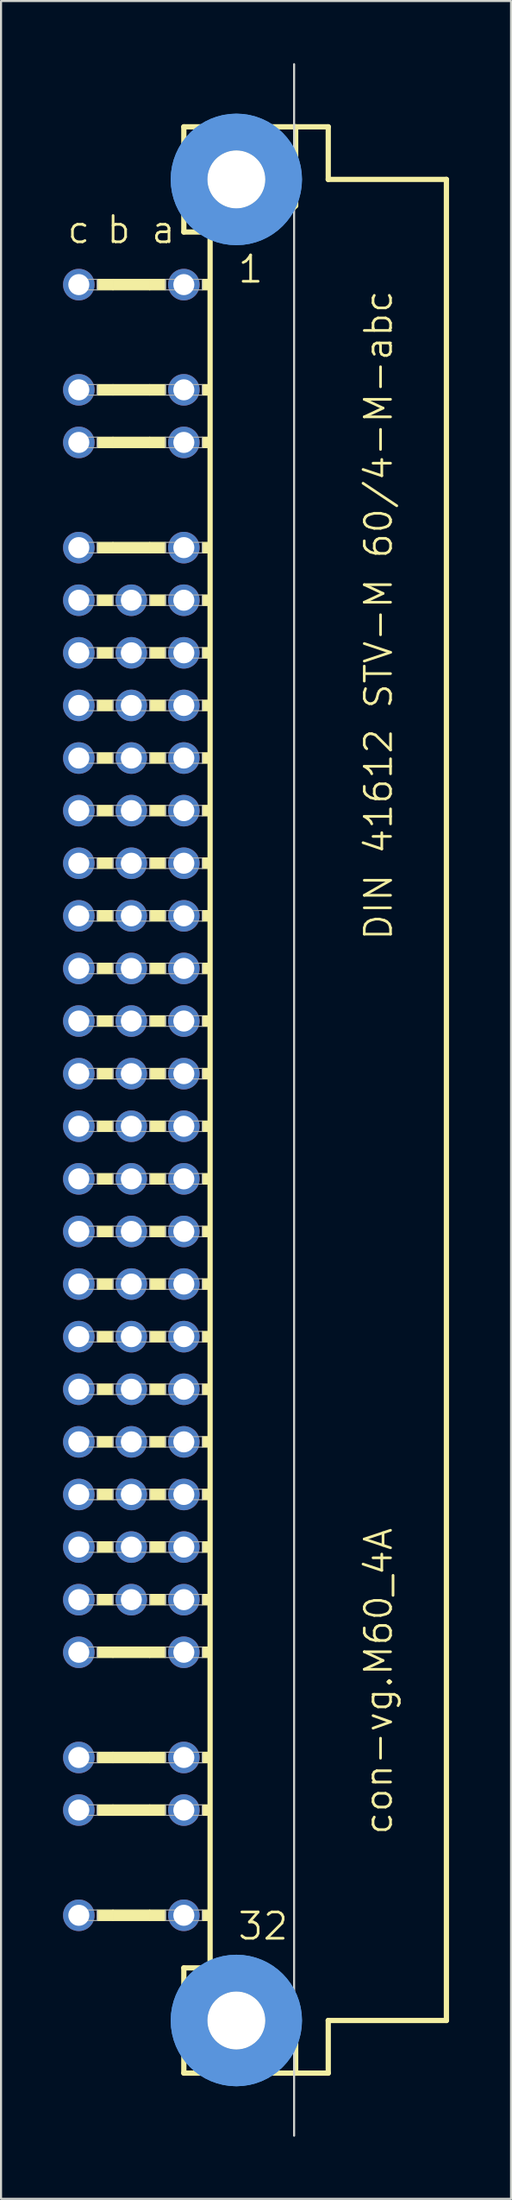
<source format=kicad_pcb>
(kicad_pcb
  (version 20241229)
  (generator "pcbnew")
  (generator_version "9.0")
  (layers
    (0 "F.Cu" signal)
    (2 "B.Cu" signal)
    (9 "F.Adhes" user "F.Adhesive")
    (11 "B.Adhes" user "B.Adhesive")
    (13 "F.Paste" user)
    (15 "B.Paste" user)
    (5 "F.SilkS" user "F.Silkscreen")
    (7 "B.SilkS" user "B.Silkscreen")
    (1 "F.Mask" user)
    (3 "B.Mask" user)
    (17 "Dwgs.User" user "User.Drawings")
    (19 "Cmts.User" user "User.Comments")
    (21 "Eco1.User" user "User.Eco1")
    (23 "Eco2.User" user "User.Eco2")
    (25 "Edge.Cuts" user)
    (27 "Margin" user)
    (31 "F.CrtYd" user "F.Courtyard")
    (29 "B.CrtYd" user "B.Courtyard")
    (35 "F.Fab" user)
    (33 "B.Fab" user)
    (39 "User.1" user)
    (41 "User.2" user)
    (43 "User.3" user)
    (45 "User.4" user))
  (footprint "con-vg.M60_4A"
    (layer "F.Cu")
    (at 8.382 50.063)
    (property "Reference" "con-vg.M60_4A" (at 7.62 35.56 90) (layer "F.SilkS") (effects (font (size 1.27 1.27) (thickness 0.13)) (justify left bottom)))
    (attr through_hole)
    (fp_line (start -2.54 -46.99) (end -2.54 -41.91) (stroke (width 0.254) (type default)) (layer "F.SilkS"))
    (fp_line (start -2.54 -41.91) (end -1.27 -41.91) (stroke (width 0.254) (type default)) (layer "F.SilkS"))
    (fp_line (start -2.54 41.91) (end -2.54 46.99) (stroke (width 0.254) (type default)) (layer "F.SilkS"))
    (fp_line (start -2.54 41.91) (end -1.27 41.91) (stroke (width 0.254) (type default)) (layer "F.SilkS"))
    (fp_line (start -2.54 46.99) (end 2.87 46.99) (stroke (width 0.254) (type default)) (layer "F.SilkS"))
    (fp_line (start -1.27 -41.91) (end -1.27 41.91) (stroke (width 0.254) (type default)) (layer "F.SilkS"))
    (fp_line (start -1.27 -41.91) (end 1.6 -41.91) (stroke (width 0.254) (type default)) (layer "F.SilkS"))
    (fp_line (start -1.27 41.91) (end 1.27 41.91) (stroke (width 0.254) (type default)) (layer "F.SilkS"))
    (fp_line (start 1.6 -41.91) (end 2.87 -43.18) (stroke (width 0.254) (type default)) (layer "F.SilkS"))
    (fp_line (start 2.87 -46.99) (end -2.54 -46.99) (stroke (width 0.254) (type default)) (layer "F.SilkS"))
    (fp_line (start 2.87 -43.18) (end 2.87 -46.99) (stroke (width 0.254) (type default)) (layer "F.SilkS"))
    (fp_line (start 2.87 43.51) (end 1.27 41.91) (stroke (width 0.254) (type default)) (layer "F.SilkS"))
    (fp_line (start 2.87 43.51) (end 2.87 46.99) (stroke (width 0.254) (type default)) (layer "F.SilkS"))
    (fp_line (start 2.87 46.99) (end 4.445 46.99) (stroke (width 0.254) (type default)) (layer "F.SilkS"))
    (fp_line (start 4.445 -46.99) (end 2.87 -46.99) (stroke (width 0.254) (type default)) (layer "F.SilkS"))
    (fp_line (start 4.445 -44.45) (end 4.445 -46.99) (stroke (width 0.254) (type default)) (layer "F.SilkS"))
    (fp_line (start 4.445 44.45) (end 10.16 44.45) (stroke (width 0.254) (type default)) (layer "F.SilkS"))
    (fp_line (start 4.445 46.99) (end 4.445 44.45) (stroke (width 0.254) (type default)) (layer "F.SilkS"))
    (fp_line (start 10.16 -44.45) (end 4.445 -44.45) (stroke (width 0.254) (type default)) (layer "F.SilkS"))
    (fp_line (start 10.16 44.45) (end 10.16 -44.45) (stroke (width 0.254) (type default)) (layer "F.SilkS"))
    (fp_rect (start -6.731 -39.116) (end -5.969 -39.624) (stroke (width 0.05) (type default)) (fill yes) (layer "F.SilkS"))
    (fp_rect (start -6.731 -34.036) (end -5.969 -34.544) (stroke (width 0.05) (type default)) (fill yes) (layer "F.SilkS"))
    (fp_rect (start -6.731 -31.496) (end -5.969 -32.004) (stroke (width 0.05) (type default)) (fill yes) (layer "F.SilkS"))
    (fp_rect (start -6.731 -26.416) (end -5.969 -26.924) (stroke (width 0.05) (type default)) (fill yes) (layer "F.SilkS"))
    (fp_rect (start -6.731 -23.876) (end -5.969 -24.384) (stroke (width 0.05) (type default)) (fill yes) (layer "F.SilkS"))
    (fp_rect (start -6.731 -21.336) (end -5.969 -21.844) (stroke (width 0.05) (type default)) (fill yes) (layer "F.SilkS"))
    (fp_rect (start -6.731 -18.796) (end -5.969 -19.304) (stroke (width 0.05) (type default)) (fill yes) (layer "F.SilkS"))
    (fp_rect (start -6.731 -16.256) (end -5.969 -16.764) (stroke (width 0.05) (type default)) (fill yes) (layer "F.SilkS"))
    (fp_rect (start -6.731 -13.716) (end -5.969 -14.224) (stroke (width 0.05) (type default)) (fill yes) (layer "F.SilkS"))
    (fp_rect (start -6.731 -11.176) (end -5.969 -11.684) (stroke (width 0.05) (type default)) (fill yes) (layer "F.SilkS"))
    (fp_rect (start -6.731 -8.636) (end -5.969 -9.144) (stroke (width 0.05) (type default)) (fill yes) (layer "F.SilkS"))
    (fp_rect (start -6.731 -6.096) (end -5.969 -6.604) (stroke (width 0.05) (type default)) (fill yes) (layer "F.SilkS"))
    (fp_rect (start -6.731 -3.556) (end -5.969 -4.064) (stroke (width 0.05) (type default)) (fill yes) (layer "F.SilkS"))
    (fp_rect (start -6.731 -1.016) (end -5.969 -1.524) (stroke (width 0.05) (type default)) (fill yes) (layer "F.SilkS"))
    (fp_rect (start -6.731 1.524) (end -5.969 1.016) (stroke (width 0.05) (type default)) (fill yes) (layer "F.SilkS"))
    (fp_rect (start -6.731 4.064) (end -5.969 3.556) (stroke (width 0.05) (type default)) (fill yes) (layer "F.SilkS"))
    (fp_rect (start -6.731 6.604) (end -5.969 6.096) (stroke (width 0.05) (type default)) (fill yes) (layer "F.SilkS"))
    (fp_rect (start -6.731 9.144) (end -5.969 8.636) (stroke (width 0.05) (type default)) (fill yes) (layer "F.SilkS"))
    (fp_rect (start -6.731 11.684) (end -5.969 11.176) (stroke (width 0.05) (type default)) (fill yes) (layer "F.SilkS"))
    (fp_rect (start -6.731 14.224) (end -5.969 13.716) (stroke (width 0.05) (type default)) (fill yes) (layer "F.SilkS"))
    (fp_rect (start -6.731 16.764) (end -5.969 16.256) (stroke (width 0.05) (type default)) (fill yes) (layer "F.SilkS"))
    (fp_rect (start -6.731 19.304) (end -5.969 18.796) (stroke (width 0.05) (type default)) (fill yes) (layer "F.SilkS"))
    (fp_rect (start -6.731 21.844) (end -5.969 21.336) (stroke (width 0.05) (type default)) (fill yes) (layer "F.SilkS"))
    (fp_rect (start -6.731 24.384) (end -5.969 23.876) (stroke (width 0.05) (type default)) (fill yes) (layer "F.SilkS"))
    (fp_rect (start -6.731 26.924) (end -5.969 26.416) (stroke (width 0.05) (type default)) (fill yes) (layer "F.SilkS"))
    (fp_rect (start -6.731 32.004) (end -5.969 31.496) (stroke (width 0.05) (type default)) (fill yes) (layer "F.SilkS"))
    (fp_rect (start -6.731 34.544) (end -5.969 34.036) (stroke (width 0.05) (type default)) (fill yes) (layer "F.SilkS"))
    (fp_rect (start -6.731 39.624) (end -5.969 39.116) (stroke (width 0.05) (type default)) (fill yes) (layer "F.SilkS"))
    (fp_rect (start -5.969 -39.116) (end -4.191 -39.624) (stroke (width 0.05) (type default)) (fill yes) (layer "F.SilkS"))
    (fp_rect (start -5.969 -34.036) (end -4.191 -34.544) (stroke (width 0.05) (type default)) (fill yes) (layer "F.SilkS"))
    (fp_rect (start -5.969 -31.496) (end -4.191 -32.004) (stroke (width 0.05) (type default)) (fill yes) (layer "F.SilkS"))
    (fp_rect (start -5.969 -26.416) (end -4.191 -26.924) (stroke (width 0.05) (type default)) (fill yes) (layer "F.SilkS"))
    (fp_rect (start -5.969 26.924) (end -4.191 26.416) (stroke (width 0.05) (type default)) (fill yes) (layer "F.SilkS"))
    (fp_rect (start -5.969 32.004) (end -4.191 31.496) (stroke (width 0.05) (type default)) (fill yes) (layer "F.SilkS"))
    (fp_rect (start -5.969 34.544) (end -4.191 34.036) (stroke (width 0.05) (type default)) (fill yes) (layer "F.SilkS"))
    (fp_rect (start -5.969 39.624) (end -4.191 39.116) (stroke (width 0.05) (type default)) (fill yes) (layer "F.SilkS"))
    (fp_rect (start -4.191 -39.116) (end -3.429 -39.624) (stroke (width 0.05) (type default)) (fill yes) (layer "F.SilkS"))
    (fp_rect (start -4.191 -34.036) (end -3.429 -34.544) (stroke (width 0.05) (type default)) (fill yes) (layer "F.SilkS"))
    (fp_rect (start -4.191 -31.496) (end -3.429 -32.004) (stroke (width 0.05) (type default)) (fill yes) (layer "F.SilkS"))
    (fp_rect (start -4.191 -26.416) (end -3.429 -26.924) (stroke (width 0.05) (type default)) (fill yes) (layer "F.SilkS"))
    (fp_rect (start -4.191 -23.876) (end -3.429 -24.384) (stroke (width 0.05) (type default)) (fill yes) (layer "F.SilkS"))
    (fp_rect (start -4.191 -21.336) (end -3.429 -21.844) (stroke (width 0.05) (type default)) (fill yes) (layer "F.SilkS"))
    (fp_rect (start -4.191 -18.796) (end -3.429 -19.304) (stroke (width 0.05) (type default)) (fill yes) (layer "F.SilkS"))
    (fp_rect (start -4.191 -16.256) (end -3.429 -16.764) (stroke (width 0.05) (type default)) (fill yes) (layer "F.SilkS"))
    (fp_rect (start -4.191 -13.716) (end -3.429 -14.224) (stroke (width 0.05) (type default)) (fill yes) (layer "F.SilkS"))
    (fp_rect (start -4.191 -11.176) (end -3.429 -11.684) (stroke (width 0.05) (type default)) (fill yes) (layer "F.SilkS"))
    (fp_rect (start -4.191 -8.636) (end -3.429 -9.144) (stroke (width 0.05) (type default)) (fill yes) (layer "F.SilkS"))
    (fp_rect (start -4.191 -6.096) (end -3.429 -6.604) (stroke (width 0.05) (type default)) (fill yes) (layer "F.SilkS"))
    (fp_rect (start -4.191 -3.556) (end -3.429 -4.064) (stroke (width 0.05) (type default)) (fill yes) (layer "F.SilkS"))
    (fp_rect (start -4.191 -1.016) (end -3.429 -1.524) (stroke (width 0.05) (type default)) (fill yes) (layer "F.SilkS"))
    (fp_rect (start -4.191 1.524) (end -3.429 1.016) (stroke (width 0.05) (type default)) (fill yes) (layer "F.SilkS"))
    (fp_rect (start -4.191 4.064) (end -3.429 3.556) (stroke (width 0.05) (type default)) (fill yes) (layer "F.SilkS"))
    (fp_rect (start -4.191 6.604) (end -3.429 6.096) (stroke (width 0.05) (type default)) (fill yes) (layer "F.SilkS"))
    (fp_rect (start -4.191 9.144) (end -3.429 8.636) (stroke (width 0.05) (type default)) (fill yes) (layer "F.SilkS"))
    (fp_rect (start -4.191 11.684) (end -3.429 11.176) (stroke (width 0.05) (type default)) (fill yes) (layer "F.SilkS"))
    (fp_rect (start -4.191 14.224) (end -3.429 13.716) (stroke (width 0.05) (type default)) (fill yes) (layer "F.SilkS"))
    (fp_rect (start -4.191 16.764) (end -3.429 16.256) (stroke (width 0.05) (type default)) (fill yes) (layer "F.SilkS"))
    (fp_rect (start -4.191 19.304) (end -3.429 18.796) (stroke (width 0.05) (type default)) (fill yes) (layer "F.SilkS"))
    (fp_rect (start -4.191 21.844) (end -3.429 21.336) (stroke (width 0.05) (type default)) (fill yes) (layer "F.SilkS"))
    (fp_rect (start -4.191 24.384) (end -3.429 23.876) (stroke (width 0.05) (type default)) (fill yes) (layer "F.SilkS"))
    (fp_rect (start -4.191 26.924) (end -3.429 26.416) (stroke (width 0.05) (type default)) (fill yes) (layer "F.SilkS"))
    (fp_rect (start -4.191 32.004) (end -3.429 31.496) (stroke (width 0.05) (type default)) (fill yes) (layer "F.SilkS"))
    (fp_rect (start -4.191 34.544) (end -3.429 34.036) (stroke (width 0.05) (type default)) (fill yes) (layer "F.SilkS"))
    (fp_rect (start -4.191 39.624) (end -3.429 39.116) (stroke (width 0.05) (type default)) (fill yes) (layer "F.SilkS"))
    (fp_rect (start -1.651 -39.116) (end -1.27 -39.624) (stroke (width 0.05) (type default)) (fill yes) (layer "F.SilkS"))
    (fp_rect (start -1.651 -34.036) (end -1.27 -34.544) (stroke (width 0.05) (type default)) (fill yes) (layer "F.SilkS"))
    (fp_rect (start -1.651 -31.496) (end -1.27 -32.004) (stroke (width 0.05) (type default)) (fill yes) (layer "F.SilkS"))
    (fp_rect (start -1.651 -26.416) (end -1.27 -26.924) (stroke (width 0.05) (type default)) (fill yes) (layer "F.SilkS"))
    (fp_rect (start -1.651 -23.876) (end -1.27 -24.384) (stroke (width 0.05) (type default)) (fill yes) (layer "F.SilkS"))
    (fp_rect (start -1.651 -21.336) (end -1.27 -21.844) (stroke (width 0.05) (type default)) (fill yes) (layer "F.SilkS"))
    (fp_rect (start -1.651 -18.796) (end -1.27 -19.304) (stroke (width 0.05) (type default)) (fill yes) (layer "F.SilkS"))
    (fp_rect (start -1.651 -16.256) (end -1.27 -16.764) (stroke (width 0.05) (type default)) (fill yes) (layer "F.SilkS"))
    (fp_rect (start -1.651 -13.716) (end -1.27 -14.224) (stroke (width 0.05) (type default)) (fill yes) (layer "F.SilkS"))
    (fp_rect (start -1.651 -11.176) (end -1.27 -11.684) (stroke (width 0.05) (type default)) (fill yes) (layer "F.SilkS"))
    (fp_rect (start -1.651 -8.636) (end -1.27 -9.144) (stroke (width 0.05) (type default)) (fill yes) (layer "F.SilkS"))
    (fp_rect (start -1.651 -6.096) (end -1.27 -6.604) (stroke (width 0.05) (type default)) (fill yes) (layer "F.SilkS"))
    (fp_rect (start -1.651 -3.556) (end -1.27 -4.064) (stroke (width 0.05) (type default)) (fill yes) (layer "F.SilkS"))
    (fp_rect (start -1.651 -1.016) (end -1.27 -1.524) (stroke (width 0.05) (type default)) (fill yes) (layer "F.SilkS"))
    (fp_rect (start -1.651 1.524) (end -1.27 1.016) (stroke (width 0.05) (type default)) (fill yes) (layer "F.SilkS"))
    (fp_rect (start -1.651 4.064) (end -1.27 3.556) (stroke (width 0.05) (type default)) (fill yes) (layer "F.SilkS"))
    (fp_rect (start -1.651 6.604) (end -1.27 6.096) (stroke (width 0.05) (type default)) (fill yes) (layer "F.SilkS"))
    (fp_rect (start -1.651 9.144) (end -1.27 8.636) (stroke (width 0.05) (type default)) (fill yes) (layer "F.SilkS"))
    (fp_rect (start -1.651 11.684) (end -1.27 11.176) (stroke (width 0.05) (type default)) (fill yes) (layer "F.SilkS"))
    (fp_rect (start -1.651 14.224) (end -1.27 13.716) (stroke (width 0.05) (type default)) (fill yes) (layer "F.SilkS"))
    (fp_rect (start -1.651 16.764) (end -1.27 16.256) (stroke (width 0.05) (type default)) (fill yes) (layer "F.SilkS"))
    (fp_rect (start -1.651 19.304) (end -1.27 18.796) (stroke (width 0.05) (type default)) (fill yes) (layer "F.SilkS"))
    (fp_rect (start -1.651 21.844) (end -1.27 21.336) (stroke (width 0.05) (type default)) (fill yes) (layer "F.SilkS"))
    (fp_rect (start -1.651 24.384) (end -1.27 23.876) (stroke (width 0.05) (type default)) (fill yes) (layer "F.SilkS"))
    (fp_rect (start -1.651 26.924) (end -1.27 26.416) (stroke (width 0.05) (type default)) (fill yes) (layer "F.SilkS"))
    (fp_rect (start -1.651 32.004) (end -1.27 31.496) (stroke (width 0.05) (type default)) (fill yes) (layer "F.SilkS"))
    (fp_rect (start -1.651 34.544) (end -1.27 34.036) (stroke (width 0.05) (type default)) (fill yes) (layer "F.SilkS"))
    (fp_rect (start -1.651 39.624) (end -1.27 39.116) (stroke (width 0.05) (type default)) (fill yes) (layer "F.SilkS"))
    (fp_circle (center 0 -44.45) (end 1.27 -44.45) (stroke (width 0.254) (type default)) (fill no) (layer "F.SilkS"))
    (fp_circle (center 0 44.45) (end 1.27 44.45) (stroke (width 0.254) (type default)) (fill no) (layer "F.SilkS"))
    (fp_circle (center 0 -44.45) (end 2.286 -44.45) (stroke (width 1.778) (type default)) (fill no) (layer "Cmts.User"))
    (fp_circle (center 0 -44.45) (end 2.286 -44.45) (stroke (width 1.778) (type default)) (fill no) (layer "Cmts.User"))
    (fp_circle (center 0 44.45) (end 2.286 44.45) (stroke (width 1.778) (type default)) (fill no) (layer "Cmts.User"))
    (fp_circle (center 0 44.45) (end 2.286 44.45) (stroke (width 1.778) (type default)) (fill no) (layer "Cmts.User"))
    (fp_line (start 2.794 50.013) (end 2.794 -50.013) (stroke (width 0.1) (type default)) (layer "Edge.Cuts"))
    (fp_rect (start -7.874 -39.116) (end -6.731 -39.624) (stroke (width 0.05) (type default)) (fill no) (layer "F.Fab"))
    (fp_rect (start -7.874 -34.036) (end -6.731 -34.544) (stroke (width 0.05) (type default)) (fill no) (layer "F.Fab"))
    (fp_rect (start -7.874 -31.496) (end -6.731 -32.004) (stroke (width 0.05) (type default)) (fill no) (layer "F.Fab"))
    (fp_rect (start -7.874 -26.416) (end -6.731 -26.924) (stroke (width 0.05) (type default)) (fill no) (layer "F.Fab"))
    (fp_rect (start -7.874 -23.876) (end -6.731 -24.384) (stroke (width 0.05) (type default)) (fill no) (layer "F.Fab"))
    (fp_rect (start -7.874 -21.336) (end -6.731 -21.844) (stroke (width 0.05) (type default)) (fill no) (layer "F.Fab"))
    (fp_rect (start -7.874 -18.796) (end -6.731 -19.304) (stroke (width 0.05) (type default)) (fill no) (layer "F.Fab"))
    (fp_rect (start -7.874 -16.256) (end -6.731 -16.764) (stroke (width 0.05) (type default)) (fill no) (layer "F.Fab"))
    (fp_rect (start -7.874 -13.716) (end -6.731 -14.224) (stroke (width 0.05) (type default)) (fill no) (layer "F.Fab"))
    (fp_rect (start -7.874 -11.176) (end -6.731 -11.684) (stroke (width 0.05) (type default)) (fill no) (layer "F.Fab"))
    (fp_rect (start -7.874 -8.636) (end -6.731 -9.144) (stroke (width 0.05) (type default)) (fill no) (layer "F.Fab"))
    (fp_rect (start -7.874 -6.096) (end -6.731 -6.604) (stroke (width 0.05) (type default)) (fill no) (layer "F.Fab"))
    (fp_rect (start -7.874 -3.556) (end -6.731 -4.064) (stroke (width 0.05) (type default)) (fill no) (layer "F.Fab"))
    (fp_rect (start -7.874 -1.016) (end -6.731 -1.524) (stroke (width 0.05) (type default)) (fill no) (layer "F.Fab"))
    (fp_rect (start -7.874 1.524) (end -6.731 1.016) (stroke (width 0.05) (type default)) (fill no) (layer "F.Fab"))
    (fp_rect (start -7.874 4.064) (end -6.731 3.556) (stroke (width 0.05) (type default)) (fill no) (layer "F.Fab"))
    (fp_rect (start -7.874 6.604) (end -6.731 6.096) (stroke (width 0.05) (type default)) (fill no) (layer "F.Fab"))
    (fp_rect (start -7.874 9.144) (end -6.731 8.636) (stroke (width 0.05) (type default)) (fill no) (layer "F.Fab"))
    (fp_rect (start -7.874 11.684) (end -6.731 11.176) (stroke (width 0.05) (type default)) (fill no) (layer "F.Fab"))
    (fp_rect (start -7.874 14.224) (end -6.731 13.716) (stroke (width 0.05) (type default)) (fill no) (layer "F.Fab"))
    (fp_rect (start -7.874 16.764) (end -6.731 16.256) (stroke (width 0.05) (type default)) (fill no) (layer "F.Fab"))
    (fp_rect (start -7.874 19.304) (end -6.731 18.796) (stroke (width 0.05) (type default)) (fill no) (layer "F.Fab"))
    (fp_rect (start -7.874 21.844) (end -6.731 21.336) (stroke (width 0.05) (type default)) (fill no) (layer "F.Fab"))
    (fp_rect (start -7.874 24.384) (end -6.731 23.876) (stroke (width 0.05) (type default)) (fill no) (layer "F.Fab"))
    (fp_rect (start -7.874 26.924) (end -6.731 26.416) (stroke (width 0.05) (type default)) (fill no) (layer "F.Fab"))
    (fp_rect (start -7.874 32.004) (end -6.731 31.496) (stroke (width 0.05) (type default)) (fill no) (layer "F.Fab"))
    (fp_rect (start -7.874 34.544) (end -6.731 34.036) (stroke (width 0.05) (type default)) (fill no) (layer "F.Fab"))
    (fp_rect (start -7.874 39.624) (end -6.731 39.116) (stroke (width 0.05) (type default)) (fill no) (layer "F.Fab"))
    (fp_rect (start -5.969 -23.876) (end -4.191 -24.384) (stroke (width 0.05) (type default)) (fill no) (layer "F.Fab"))
    (fp_rect (start -5.969 -21.336) (end -4.191 -21.844) (stroke (width 0.05) (type default)) (fill no) (layer "F.Fab"))
    (fp_rect (start -5.969 -18.796) (end -4.191 -19.304) (stroke (width 0.05) (type default)) (fill no) (layer "F.Fab"))
    (fp_rect (start -5.969 -16.256) (end -4.191 -16.764) (stroke (width 0.05) (type default)) (fill no) (layer "F.Fab"))
    (fp_rect (start -5.969 -13.716) (end -4.191 -14.224) (stroke (width 0.05) (type default)) (fill no) (layer "F.Fab"))
    (fp_rect (start -5.969 -11.176) (end -4.191 -11.684) (stroke (width 0.05) (type default)) (fill no) (layer "F.Fab"))
    (fp_rect (start -5.969 -8.636) (end -4.191 -9.144) (stroke (width 0.05) (type default)) (fill no) (layer "F.Fab"))
    (fp_rect (start -5.969 -6.096) (end -4.191 -6.604) (stroke (width 0.05) (type default)) (fill no) (layer "F.Fab"))
    (fp_rect (start -5.969 -3.556) (end -4.191 -4.064) (stroke (width 0.05) (type default)) (fill no) (layer "F.Fab"))
    (fp_rect (start -5.969 -1.016) (end -4.191 -1.524) (stroke (width 0.05) (type default)) (fill no) (layer "F.Fab"))
    (fp_rect (start -5.969 1.524) (end -4.191 1.016) (stroke (width 0.05) (type default)) (fill no) (layer "F.Fab"))
    (fp_rect (start -5.969 4.064) (end -4.191 3.556) (stroke (width 0.05) (type default)) (fill no) (layer "F.Fab"))
    (fp_rect (start -5.969 6.604) (end -4.191 6.096) (stroke (width 0.05) (type default)) (fill no) (layer "F.Fab"))
    (fp_rect (start -5.969 9.144) (end -4.191 8.636) (stroke (width 0.05) (type default)) (fill no) (layer "F.Fab"))
    (fp_rect (start -5.969 11.684) (end -4.191 11.176) (stroke (width 0.05) (type default)) (fill no) (layer "F.Fab"))
    (fp_rect (start -5.969 14.224) (end -4.191 13.716) (stroke (width 0.05) (type default)) (fill no) (layer "F.Fab"))
    (fp_rect (start -5.969 16.764) (end -4.191 16.256) (stroke (width 0.05) (type default)) (fill no) (layer "F.Fab"))
    (fp_rect (start -5.969 19.304) (end -4.191 18.796) (stroke (width 0.05) (type default)) (fill no) (layer "F.Fab"))
    (fp_rect (start -5.969 21.844) (end -4.191 21.336) (stroke (width 0.05) (type default)) (fill no) (layer "F.Fab"))
    (fp_rect (start -5.969 24.384) (end -4.191 23.876) (stroke (width 0.05) (type default)) (fill no) (layer "F.Fab"))
    (fp_rect (start -3.429 -39.116) (end -1.651 -39.624) (stroke (width 0.05) (type default)) (fill no) (layer "F.Fab"))
    (fp_rect (start -3.429 -34.036) (end -1.651 -34.544) (stroke (width 0.05) (type default)) (fill no) (layer "F.Fab"))
    (fp_rect (start -3.429 -31.496) (end -1.651 -32.004) (stroke (width 0.05) (type default)) (fill no) (layer "F.Fab"))
    (fp_rect (start -3.429 -26.416) (end -1.651 -26.924) (stroke (width 0.05) (type default)) (fill no) (layer "F.Fab"))
    (fp_rect (start -3.429 -23.876) (end -1.651 -24.384) (stroke (width 0.05) (type default)) (fill no) (layer "F.Fab"))
    (fp_rect (start -3.429 -21.336) (end -1.651 -21.844) (stroke (width 0.05) (type default)) (fill no) (layer "F.Fab"))
    (fp_rect (start -3.429 -18.796) (end -1.651 -19.304) (stroke (width 0.05) (type default)) (fill no) (layer "F.Fab"))
    (fp_rect (start -3.429 -16.256) (end -1.651 -16.764) (stroke (width 0.05) (type default)) (fill no) (layer "F.Fab"))
    (fp_rect (start -3.429 -13.716) (end -1.651 -14.224) (stroke (width 0.05) (type default)) (fill no) (layer "F.Fab"))
    (fp_rect (start -3.429 -11.176) (end -1.651 -11.684) (stroke (width 0.05) (type default)) (fill no) (layer "F.Fab"))
    (fp_rect (start -3.429 -8.636) (end -1.651 -9.144) (stroke (width 0.05) (type default)) (fill no) (layer "F.Fab"))
    (fp_rect (start -3.429 -6.096) (end -1.651 -6.604) (stroke (width 0.05) (type default)) (fill no) (layer "F.Fab"))
    (fp_rect (start -3.429 -3.556) (end -1.651 -4.064) (stroke (width 0.05) (type default)) (fill no) (layer "F.Fab"))
    (fp_rect (start -3.429 -1.016) (end -1.651 -1.524) (stroke (width 0.05) (type default)) (fill no) (layer "F.Fab"))
    (fp_rect (start -3.429 1.524) (end -1.651 1.016) (stroke (width 0.05) (type default)) (fill no) (layer "F.Fab"))
    (fp_rect (start -3.429 4.064) (end -1.651 3.556) (stroke (width 0.05) (type default)) (fill no) (layer "F.Fab"))
    (fp_rect (start -3.429 6.604) (end -1.651 6.096) (stroke (width 0.05) (type default)) (fill no) (layer "F.Fab"))
    (fp_rect (start -3.429 9.144) (end -1.651 8.636) (stroke (width 0.05) (type default)) (fill no) (layer "F.Fab"))
    (fp_rect (start -3.429 11.684) (end -1.651 11.176) (stroke (width 0.05) (type default)) (fill no) (layer "F.Fab"))
    (fp_rect (start -3.429 14.224) (end -1.651 13.716) (stroke (width 0.05) (type default)) (fill no) (layer "F.Fab"))
    (fp_rect (start -3.429 16.764) (end -1.651 16.256) (stroke (width 0.05) (type default)) (fill no) (layer "F.Fab"))
    (fp_rect (start -3.429 19.304) (end -1.651 18.796) (stroke (width 0.05) (type default)) (fill no) (layer "F.Fab"))
    (fp_rect (start -3.429 21.844) (end -1.651 21.336) (stroke (width 0.05) (type default)) (fill no) (layer "F.Fab"))
    (fp_rect (start -3.429 24.384) (end -1.651 23.876) (stroke (width 0.05) (type default)) (fill no) (layer "F.Fab"))
    (fp_rect (start -3.429 26.924) (end -1.651 26.416) (stroke (width 0.05) (type default)) (fill no) (layer "F.Fab"))
    (fp_rect (start -3.429 32.004) (end -1.651 31.496) (stroke (width 0.05) (type default)) (fill no) (layer "F.Fab"))
    (fp_rect (start -3.429 34.544) (end -1.651 34.036) (stroke (width 0.05) (type default)) (fill no) (layer "F.Fab"))
    (fp_rect (start -3.429 39.624) (end -1.651 39.116) (stroke (width 0.05) (type default)) (fill no) (layer "F.Fab"))
    (fp_text user "b" (at -6.35 -41.275 0) (layer "F.SilkS") (effects (font (size 1.27 1.27) (thickness 0.13)) (justify left bottom)))
    (fp_text user "c" (at -8.255 -41.275 0) (layer "F.SilkS") (effects (font (size 1.27 1.27) (thickness 0.13)) (justify left bottom)))
    (fp_text user "32" (at 0 40.64 0) (layer "F.SilkS") (effects (font (size 1.27 1.27) (thickness 0.13)) (justify left bottom)))
    (fp_text user "DIN 41612 STV-M 60/4-M-abc" (at 7.62 -7.62 90) (layer "F.SilkS") (effects (font (size 1.27 1.27) (thickness 0.13)) (justify left bottom)))
    (fp_text user "1" (at 0 -39.37 0) (layer "F.SilkS") (effects (font (size 1.27 1.27) (thickness 0.13)) (justify left bottom)))
    (fp_text user "a" (at -4.191 -41.275 0) (layer "F.SilkS") (effects (font (size 1.27 1.27) (thickness 0.13)) (justify left bottom)))
    (pad "" np_thru_hole circle (at 0 -44.45) (size 2.794 2.794) (drill 2.794) (layers "*.Cu" "*.Mask"))
    (pad "" np_thru_hole circle (at 0 44.45) (size 2.794 2.794) (drill 2.794) (layers "*.Cu" "*.Mask"))
    (pad "A1" thru_hole circle (at -2.54 -39.37) (size 1.524 1.524) (drill 1.016) (layers "*.Cu" "*.Mask"))
    (pad "A3" thru_hole circle (at -2.54 -34.29) (size 1.524 1.524) (drill 1.016) (layers "*.Cu" "*.Mask"))
    (pad "A4" thru_hole circle (at -2.54 -31.75) (size 1.524 1.524) (drill 1.016) (layers "*.Cu" "*.Mask"))
    (pad "A6" thru_hole circle (at -2.54 -26.67) (size 1.524 1.524) (drill 1.016) (layers "*.Cu" "*.Mask"))
    (pad "A7" thru_hole circle (at -2.54 -24.13) (size 1.524 1.524) (drill 1.016) (layers "*.Cu" "*.Mask"))
    (pad "A8" thru_hole circle (at -2.54 -21.59) (size 1.524 1.524) (drill 1.016) (layers "*.Cu" "*.Mask"))
    (pad "A9" thru_hole circle (at -2.54 -19.05) (size 1.524 1.524) (drill 1.016) (layers "*.Cu" "*.Mask"))
    (pad "A10" thru_hole circle (at -2.54 -16.51) (size 1.524 1.524) (drill 1.016) (layers "*.Cu" "*.Mask"))
    (pad "A11" thru_hole circle (at -2.54 -13.97) (size 1.524 1.524) (drill 1.016) (layers "*.Cu" "*.Mask"))
    (pad "A12" thru_hole circle (at -2.54 -11.43) (size 1.524 1.524) (drill 1.016) (layers "*.Cu" "*.Mask"))
    (pad "A13" thru_hole circle (at -2.54 -8.89) (size 1.524 1.524) (drill 1.016) (layers "*.Cu" "*.Mask"))
    (pad "A14" thru_hole circle (at -2.54 -6.35) (size 1.524 1.524) (drill 1.016) (layers "*.Cu" "*.Mask"))
    (pad "A15" thru_hole circle (at -2.54 -3.81) (size 1.524 1.524) (drill 1.016) (layers "*.Cu" "*.Mask"))
    (pad "A16" thru_hole circle (at -2.54 -1.27) (size 1.524 1.524) (drill 1.016) (layers "*.Cu" "*.Mask"))
    (pad "A17" thru_hole circle (at -2.54 1.27) (size 1.524 1.524) (drill 1.016) (layers "*.Cu" "*.Mask"))
    (pad "A18" thru_hole circle (at -2.54 3.81) (size 1.524 1.524) (drill 1.016) (layers "*.Cu" "*.Mask"))
    (pad "A19" thru_hole circle (at -2.54 6.35) (size 1.524 1.524) (drill 1.016) (layers "*.Cu" "*.Mask"))
    (pad "A20" thru_hole circle (at -2.54 8.89) (size 1.524 1.524) (drill 1.016) (layers "*.Cu" "*.Mask"))
    (pad "A21" thru_hole circle (at -2.54 11.43) (size 1.524 1.524) (drill 1.016) (layers "*.Cu" "*.Mask"))
    (pad "A22" thru_hole circle (at -2.54 13.97) (size 1.524 1.524) (drill 1.016) (layers "*.Cu" "*.Mask"))
    (pad "A23" thru_hole circle (at -2.54 16.51) (size 1.524 1.524) (drill 1.016) (layers "*.Cu" "*.Mask"))
    (pad "A24" thru_hole circle (at -2.54 19.05) (size 1.524 1.524) (drill 1.016) (layers "*.Cu" "*.Mask"))
    (pad "A25" thru_hole circle (at -2.54 21.59) (size 1.524 1.524) (drill 1.016) (layers "*.Cu" "*.Mask"))
    (pad "A26" thru_hole circle (at -2.54 24.13) (size 1.524 1.524) (drill 1.016) (layers "*.Cu" "*.Mask"))
    (pad "A27" thru_hole circle (at -2.54 26.67) (size 1.524 1.524) (drill 1.016) (layers "*.Cu" "*.Mask"))
    (pad "A29" thru_hole circle (at -2.54 31.75) (size 1.524 1.524) (drill 1.016) (layers "*.Cu" "*.Mask"))
    (pad "A30" thru_hole circle (at -2.54 34.29) (size 1.524 1.524) (drill 1.016) (layers "*.Cu" "*.Mask"))
    (pad "A32" thru_hole circle (at -2.54 39.37) (size 1.524 1.524) (drill 1.016) (layers "*.Cu" "*.Mask"))
    (pad "B7" thru_hole circle (at -5.08 -24.13) (size 1.524 1.524) (drill 1.016) (layers "*.Cu" "*.Mask"))
    (pad "B8" thru_hole circle (at -5.08 -21.59) (size 1.524 1.524) (drill 1.016) (layers "*.Cu" "*.Mask"))
    (pad "B9" thru_hole circle (at -5.08 -19.05) (size 1.524 1.524) (drill 1.016) (layers "*.Cu" "*.Mask"))
    (pad "B10" thru_hole circle (at -5.08 -16.51) (size 1.524 1.524) (drill 1.016) (layers "*.Cu" "*.Mask"))
    (pad "B11" thru_hole circle (at -5.08 -13.97) (size 1.524 1.524) (drill 1.016) (layers "*.Cu" "*.Mask"))
    (pad "B12" thru_hole circle (at -5.08 -11.43) (size 1.524 1.524) (drill 1.016) (layers "*.Cu" "*.Mask"))
    (pad "B13" thru_hole circle (at -5.08 -8.89) (size 1.524 1.524) (drill 1.016) (layers "*.Cu" "*.Mask"))
    (pad "B14" thru_hole circle (at -5.08 -6.35) (size 1.524 1.524) (drill 1.016) (layers "*.Cu" "*.Mask"))
    (pad "B15" thru_hole circle (at -5.08 -3.81) (size 1.524 1.524) (drill 1.016) (layers "*.Cu" "*.Mask"))
    (pad "B16" thru_hole circle (at -5.08 -1.27) (size 1.524 1.524) (drill 1.016) (layers "*.Cu" "*.Mask"))
    (pad "B17" thru_hole circle (at -5.08 1.27) (size 1.524 1.524) (drill 1.016) (layers "*.Cu" "*.Mask"))
    (pad "B18" thru_hole circle (at -5.08 3.81) (size 1.524 1.524) (drill 1.016) (layers "*.Cu" "*.Mask"))
    (pad "B19" thru_hole circle (at -5.08 6.35) (size 1.524 1.524) (drill 1.016) (layers "*.Cu" "*.Mask"))
    (pad "B20" thru_hole circle (at -5.08 8.89) (size 1.524 1.524) (drill 1.016) (layers "*.Cu" "*.Mask"))
    (pad "B21" thru_hole circle (at -5.08 11.43) (size 1.524 1.524) (drill 1.016) (layers "*.Cu" "*.Mask"))
    (pad "B22" thru_hole circle (at -5.08 13.97) (size 1.524 1.524) (drill 1.016) (layers "*.Cu" "*.Mask"))
    (pad "B23" thru_hole circle (at -5.08 16.51) (size 1.524 1.524) (drill 1.016) (layers "*.Cu" "*.Mask"))
    (pad "B24" thru_hole circle (at -5.08 19.05) (size 1.524 1.524) (drill 1.016) (layers "*.Cu" "*.Mask"))
    (pad "B25" thru_hole circle (at -5.08 21.59) (size 1.524 1.524) (drill 1.016) (layers "*.Cu" "*.Mask"))
    (pad "B26" thru_hole circle (at -5.08 24.13) (size 1.524 1.524) (drill 1.016) (layers "*.Cu" "*.Mask"))
    (pad "C1" thru_hole circle (at -7.62 -39.37) (size 1.524 1.524) (drill 1.016) (layers "*.Cu" "*.Mask"))
    (pad "C3" thru_hole circle (at -7.62 -34.29) (size 1.524 1.524) (drill 1.016) (layers "*.Cu" "*.Mask"))
    (pad "C4" thru_hole circle (at -7.62 -31.75) (size 1.524 1.524) (drill 1.016) (layers "*.Cu" "*.Mask"))
    (pad "C6" thru_hole circle (at -7.62 -26.67) (size 1.524 1.524) (drill 1.016) (layers "*.Cu" "*.Mask"))
    (pad "C7" thru_hole circle (at -7.62 -24.13) (size 1.524 1.524) (drill 1.016) (layers "*.Cu" "*.Mask"))
    (pad "C8" thru_hole circle (at -7.62 -21.59) (size 1.524 1.524) (drill 1.016) (layers "*.Cu" "*.Mask"))
    (pad "C9" thru_hole circle (at -7.62 -19.05) (size 1.524 1.524) (drill 1.016) (layers "*.Cu" "*.Mask"))
    (pad "C10" thru_hole circle (at -7.62 -16.51) (size 1.524 1.524) (drill 1.016) (layers "*.Cu" "*.Mask"))
    (pad "C11" thru_hole circle (at -7.62 -13.97) (size 1.524 1.524) (drill 1.016) (layers "*.Cu" "*.Mask"))
    (pad "C12" thru_hole circle (at -7.62 -11.43) (size 1.524 1.524) (drill 1.016) (layers "*.Cu" "*.Mask"))
    (pad "C13" thru_hole circle (at -7.62 -8.89) (size 1.524 1.524) (drill 1.016) (layers "*.Cu" "*.Mask"))
    (pad "C14" thru_hole circle (at -7.62 -6.35) (size 1.524 1.524) (drill 1.016) (layers "*.Cu" "*.Mask"))
    (pad "C15" thru_hole circle (at -7.62 -3.81) (size 1.524 1.524) (drill 1.016) (layers "*.Cu" "*.Mask"))
    (pad "C16" thru_hole circle (at -7.62 -1.27) (size 1.524 1.524) (drill 1.016) (layers "*.Cu" "*.Mask"))
    (pad "C17" thru_hole circle (at -7.62 1.27) (size 1.524 1.524) (drill 1.016) (layers "*.Cu" "*.Mask"))
    (pad "C18" thru_hole circle (at -7.62 3.81) (size 1.524 1.524) (drill 1.016) (layers "*.Cu" "*.Mask"))
    (pad "C19" thru_hole circle (at -7.62 6.35) (size 1.524 1.524) (drill 1.016) (layers "*.Cu" "*.Mask"))
    (pad "C20" thru_hole circle (at -7.62 8.89) (size 1.524 1.524) (drill 1.016) (layers "*.Cu" "*.Mask"))
    (pad "C21" thru_hole circle (at -7.62 11.43) (size 1.524 1.524) (drill 1.016) (layers "*.Cu" "*.Mask"))
    (pad "C22" thru_hole circle (at -7.62 13.97) (size 1.524 1.524) (drill 1.016) (layers "*.Cu" "*.Mask"))
    (pad "C23" thru_hole circle (at -7.62 16.51) (size 1.524 1.524) (drill 1.016) (layers "*.Cu" "*.Mask"))
    (pad "C24" thru_hole circle (at -7.62 19.05) (size 1.524 1.524) (drill 1.016) (layers "*.Cu" "*.Mask"))
    (pad "C25" thru_hole circle (at -7.62 21.59) (size 1.524 1.524) (drill 1.016) (layers "*.Cu" "*.Mask"))
    (pad "C26" thru_hole circle (at -7.62 24.13) (size 1.524 1.524) (drill 1.016) (layers "*.Cu" "*.Mask"))
    (pad "C27" thru_hole circle (at -7.62 26.67) (size 1.524 1.524) (drill 1.016) (layers "*.Cu" "*.Mask"))
    (pad "C29" thru_hole circle (at -7.62 31.75) (size 1.524 1.524) (drill 1.016) (layers "*.Cu" "*.Mask"))
    (pad "C30" thru_hole circle (at -7.62 34.29) (size 1.524 1.524) (drill 1.016) (layers "*.Cu" "*.Mask"))
    (pad "C32" thru_hole circle (at -7.62 39.37) (size 1.524 1.524) (drill 1.016) (layers "*.Cu" "*.Mask")))
  (gr_rect
    (start -3 -3)
    (end 21.669 103.125)
    (stroke (width 0.1) (type default))
    (fill no)
    (layer "Edge.Cuts")))
</source>
